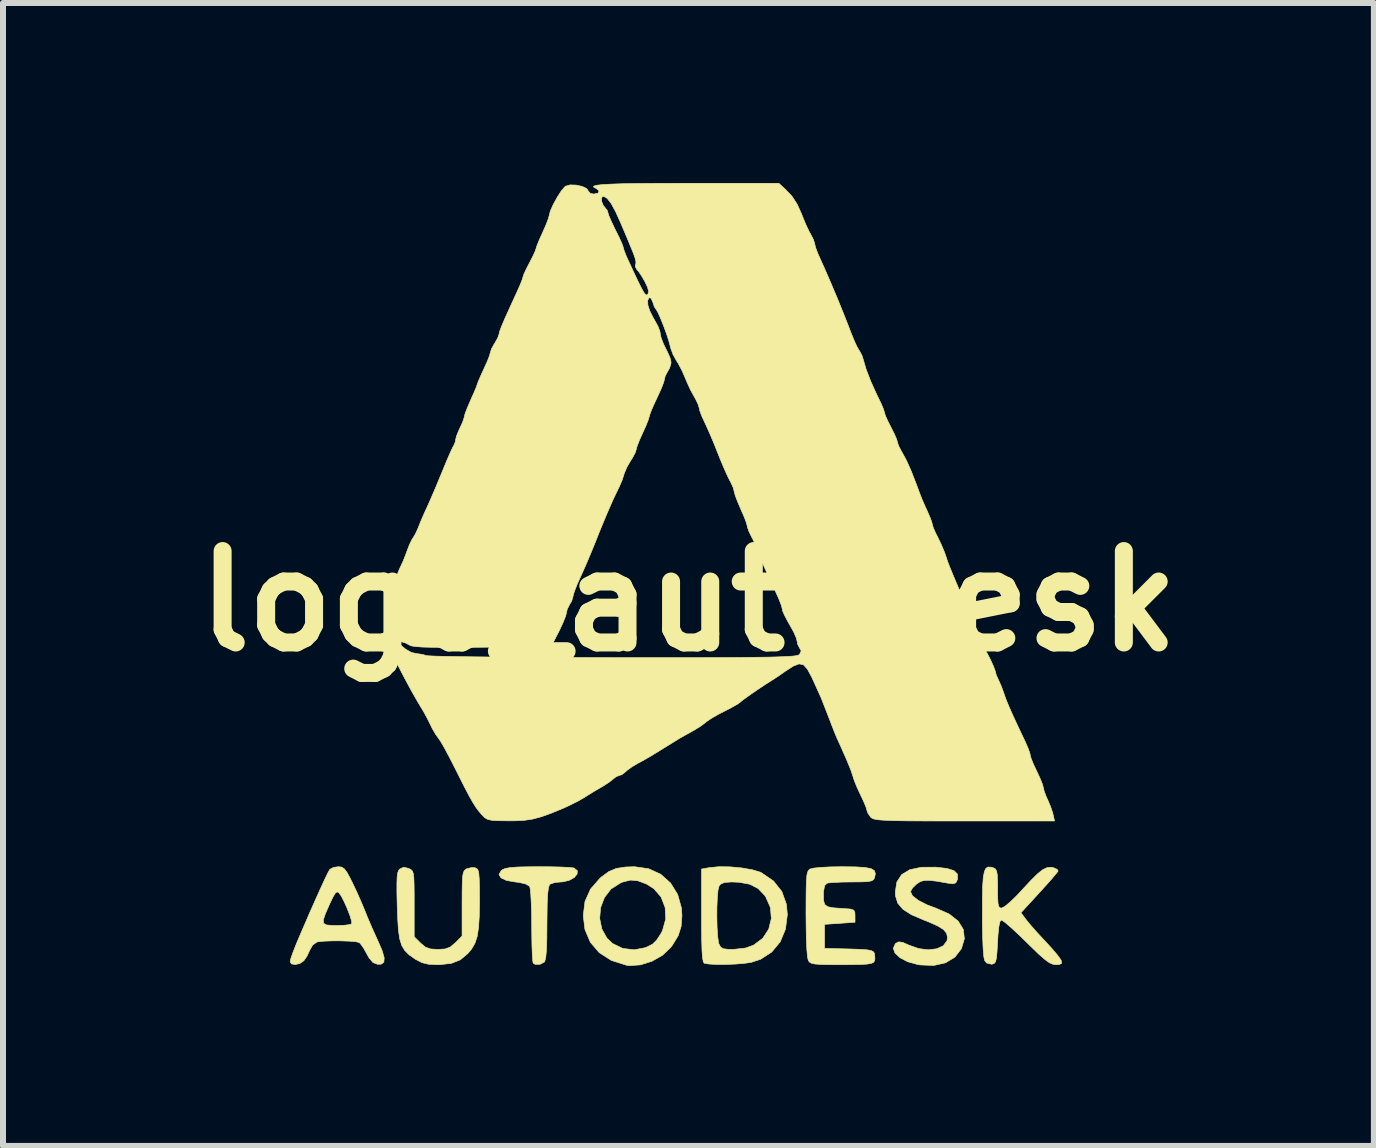
<source format=kicad_pcb>
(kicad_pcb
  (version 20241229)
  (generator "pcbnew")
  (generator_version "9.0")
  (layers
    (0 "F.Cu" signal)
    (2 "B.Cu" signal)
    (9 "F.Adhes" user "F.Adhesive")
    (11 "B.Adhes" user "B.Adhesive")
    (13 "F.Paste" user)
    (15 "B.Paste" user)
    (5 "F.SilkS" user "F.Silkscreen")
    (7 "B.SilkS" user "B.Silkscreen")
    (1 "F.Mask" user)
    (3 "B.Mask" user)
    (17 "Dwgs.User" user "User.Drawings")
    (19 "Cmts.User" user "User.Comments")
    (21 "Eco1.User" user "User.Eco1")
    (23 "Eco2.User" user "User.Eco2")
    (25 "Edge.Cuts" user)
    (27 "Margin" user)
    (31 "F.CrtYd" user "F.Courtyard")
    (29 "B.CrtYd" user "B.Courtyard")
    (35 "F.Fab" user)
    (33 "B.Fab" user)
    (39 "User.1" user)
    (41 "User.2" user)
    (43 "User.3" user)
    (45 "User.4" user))
  (footprint "logo_autodesk"
    (layer "F.Cu")
    (at 8.426 6.97)
    (property "Reference" "logo_autodesk" (at 0 0 0) (layer "F.SilkS") (effects (font (size 1.524 1.524) (thickness 0.3))))
    (attr through_hole)
    (fp_poly (pts (xy -2.306 4.428) (xy -2.136 4.432) (xy -2.003 4.438) (xy -1.922 4.446) (xy -1.908 4.449) (xy -1.853 4.493) (xy -1.856 4.549) (xy -1.904 4.607) (xy -1.988 4.654) (xy -2.095 4.679) (xy -2.127 4.681) (xy -2.231 4.691) (xy -2.305 4.717) (xy -2.315 4.724) (xy -2.333 4.773) (xy -2.347 4.879) (xy -2.355 5.047) (xy -2.358 5.282) (xy -2.359 5.37) (xy -2.361 5.627) (xy -2.367 5.816) (xy -2.379 5.941) (xy -2.396 6.007) (xy -2.402 6.016) (xy -2.475 6.054) (xy -2.556 6.054) (xy -2.588 6.036) (xy -2.596 5.993) (xy -2.603 5.89) (xy -2.609 5.74) (xy -2.612 5.555) (xy -2.613 5.41) (xy -2.615 5.205) (xy -2.621 5.023) (xy -2.629 4.878) (xy -2.64 4.783) (xy -2.648 4.754) (xy -2.707 4.717) (xy -2.822 4.689) (xy -2.888 4.681) (xy -3.034 4.656) (xy -3.126 4.612) (xy -3.158 4.557) (xy -3.124 4.495) (xy -3.105 4.479) (xy -3.056 4.457) (xy -2.974 4.442) (xy -2.846 4.432) (xy -2.664 4.428) (xy -2.5 4.427) (xy -2.306 4.428)) (stroke (width 0.01) (type solid)) (fill yes) (layer "F.SilkS"))
    (fp_poly (pts (xy -0.666 4.46) (xy -0.462 4.553) (xy -0.298 4.7) (xy -0.18 4.89) (xy -0.117 5.117) (xy -0.109 5.245) (xy -0.123 5.424) (xy -0.171 5.576) (xy -0.266 5.732) (xy -0.299 5.776) (xy -0.433 5.903) (xy -0.608 6.002) (xy -0.8 6.063) (xy -0.984 6.076) (xy -1.034 6.069) (xy -1.286 5.989) (xy -1.488 5.859) (xy -1.636 5.686) (xy -1.726 5.473) (xy -1.748 5.289) (xy -1.48 5.289) (xy -1.445 5.464) (xy -1.358 5.62) (xy -1.266 5.707) (xy -1.096 5.789) (xy -0.905 5.812) (xy -0.715 5.776) (xy -0.599 5.718) (xy -0.531 5.651) (xy -0.461 5.546) (xy -0.433 5.492) (xy -0.379 5.298) (xy -0.389 5.107) (xy -0.456 4.933) (xy -0.578 4.792) (xy -0.699 4.716) (xy -0.845 4.661) (xy -0.966 4.65) (xy -1.093 4.681) (xy -1.136 4.699) (xy -1.291 4.798) (xy -1.401 4.941) (xy -1.465 5.109) (xy -1.48 5.289) (xy -1.748 5.289) (xy -1.754 5.243) (xy -1.725 5.006) (xy -1.633 4.801) (xy -1.475 4.619) (xy -1.451 4.598) (xy -1.33 4.509) (xy -1.204 4.456) (xy -1.05 4.432) (xy -0.901 4.427) (xy -0.666 4.46)) (stroke (width 0.01) (type solid)) (fill yes) (layer "F.SilkS"))
    (fp_poly (pts (xy 0.691 4.429) (xy 0.886 4.447) (xy 1.063 4.478) (xy 1.197 4.518) (xy 1.217 4.528) (xy 1.417 4.665) (xy 1.556 4.84) (xy 1.632 5.052) (xy 1.648 5.225) (xy 1.617 5.468) (xy 1.529 5.679) (xy 1.388 5.849) (xy 1.202 5.97) (xy 1.044 6.022) (xy 0.93 6.038) (xy 0.781 6.05) (xy 0.619 6.056) (xy 0.464 6.056) (xy 0.339 6.049) (xy 0.264 6.036) (xy 0.263 6.036) (xy 0.247 6.011) (xy 0.235 5.946) (xy 0.226 5.833) (xy 0.221 5.668) (xy 0.218 5.441) (xy 0.218 5.271) (xy 0.473 5.271) (xy 0.477 5.439) (xy 0.486 5.584) (xy 0.5 5.688) (xy 0.507 5.713) (xy 0.535 5.766) (xy 0.579 5.794) (xy 0.66 5.804) (xy 0.744 5.806) (xy 0.95 5.783) (xy 1.086 5.734) (xy 1.238 5.62) (xy 1.338 5.467) (xy 1.381 5.291) (xy 1.366 5.107) (xy 1.287 4.929) (xy 1.271 4.906) (xy 1.161 4.791) (xy 1.023 4.719) (xy 0.841 4.686) (xy 0.718 4.681) (xy 0.602 4.689) (xy 0.536 4.717) (xy 0.509 4.751) (xy 0.492 4.82) (xy 0.481 4.943) (xy 0.474 5.099) (xy 0.473 5.271) (xy 0.218 5.271) (xy 0.218 5.242) (xy 0.218 4.466) (xy 0.349 4.442) (xy 0.504 4.427) (xy 0.691 4.429)) (stroke (width 0.01) (type solid)) (fill yes) (layer "F.SilkS"))
    (fp_poly (pts (xy 4.309 4.456) (xy 4.426 4.493) (xy 4.483 4.55) (xy 4.485 4.63) (xy 4.481 4.645) (xy 4.455 4.697) (xy 4.405 4.712) (xy 4.323 4.701) (xy 4.142 4.669) (xy 4.015 4.654) (xy 3.927 4.656) (xy 3.862 4.676) (xy 3.804 4.714) (xy 3.801 4.716) (xy 3.734 4.782) (xy 3.702 4.839) (xy 3.701 4.844) (xy 3.735 4.913) (xy 3.832 4.989) (xy 3.982 5.065) (xy 4.129 5.12) (xy 4.344 5.215) (xy 4.495 5.333) (xy 4.581 5.472) (xy 4.599 5.628) (xy 4.549 5.794) (xy 4.441 5.934) (xy 4.284 6.029) (xy 4.088 6.073) (xy 3.861 6.064) (xy 3.816 6.056) (xy 3.652 6.01) (xy 3.525 5.944) (xy 3.443 5.867) (xy 3.414 5.787) (xy 3.447 5.713) (xy 3.461 5.701) (xy 3.508 5.679) (xy 3.577 5.691) (xy 3.671 5.733) (xy 3.837 5.792) (xy 3.997 5.812) (xy 4.138 5.795) (xy 4.247 5.745) (xy 4.309 5.662) (xy 4.318 5.606) (xy 4.303 5.537) (xy 4.252 5.475) (xy 4.154 5.414) (xy 3.999 5.345) (xy 3.919 5.314) (xy 3.714 5.226) (xy 3.573 5.135) (xy 3.488 5.034) (xy 3.451 4.914) (xy 3.447 4.852) (xy 3.473 4.684) (xy 3.553 4.559) (xy 3.689 4.477) (xy 3.882 4.436) (xy 4.126 4.435) (xy 4.309 4.456)) (stroke (width 0.01) (type solid)) (fill yes) (layer "F.SilkS"))
    (fp_poly (pts (xy -4.664 4.456) (xy -4.662 4.457) (xy -4.627 4.474) (xy -4.603 4.498) (xy -4.587 4.54) (xy -4.578 4.611) (xy -4.574 4.723) (xy -4.572 4.887) (xy -4.572 5.046) (xy -4.572 5.594) (xy -4.466 5.7) (xy -4.385 5.767) (xy -4.299 5.798) (xy -4.178 5.806) (xy -4.056 5.798) (xy -3.971 5.766) (xy -3.889 5.697) (xy -3.885 5.694) (xy -3.774 5.582) (xy -3.774 5.042) (xy -3.773 4.833) (xy -3.77 4.684) (xy -3.764 4.585) (xy -3.752 4.524) (xy -3.734 4.488) (xy -3.707 4.467) (xy -3.7 4.462) (xy -3.61 4.44) (xy -3.555 4.445) (xy -3.527 4.459) (xy -3.507 4.486) (xy -3.495 4.539) (xy -3.488 4.629) (xy -3.484 4.767) (xy -3.483 4.965) (xy -3.483 4.993) (xy -3.487 5.247) (xy -3.499 5.441) (xy -3.522 5.589) (xy -3.56 5.704) (xy -3.615 5.799) (xy -3.676 5.872) (xy -3.801 5.977) (xy -3.949 6.037) (xy -4.139 6.059) (xy -4.182 6.06) (xy -4.332 6.053) (xy -4.443 6.026) (xy -4.546 5.973) (xy -4.557 5.966) (xy -4.655 5.897) (xy -4.727 5.826) (xy -4.779 5.74) (xy -4.814 5.629) (xy -4.835 5.479) (xy -4.848 5.279) (xy -4.855 5.078) (xy -4.86 4.86) (xy -4.86 4.703) (xy -4.856 4.596) (xy -4.846 4.527) (xy -4.829 4.486) (xy -4.81 4.465) (xy -4.746 4.435) (xy -4.664 4.456)) (stroke (width 0.01) (type solid)) (fill yes) (layer "F.SilkS"))
    (fp_poly (pts (xy 2.789 4.43) (xy 2.945 4.44) (xy 3.046 4.46) (xy 3.1 4.494) (xy 3.115 4.544) (xy 3.103 4.607) (xy 3.086 4.641) (xy 3.053 4.662) (xy 2.99 4.675) (xy 2.881 4.68) (xy 2.722 4.681) (xy 2.563 4.683) (xy 2.427 4.689) (xy 2.334 4.697) (xy 2.307 4.703) (xy 2.269 4.743) (xy 2.252 4.836) (xy 2.25 4.902) (xy 2.253 4.997) (xy 2.272 5.058) (xy 2.321 5.094) (xy 2.413 5.112) (xy 2.562 5.123) (xy 2.594 5.125) (xy 2.702 5.133) (xy 2.755 5.151) (xy 2.774 5.192) (xy 2.776 5.243) (xy 2.776 5.352) (xy 2.268 5.388) (xy 2.268 5.788) (xy 2.674 5.798) (xy 2.853 5.804) (xy 2.973 5.812) (xy 3.045 5.825) (xy 3.084 5.845) (xy 3.101 5.874) (xy 3.101 5.874) (xy 3.108 5.962) (xy 3.099 6) (xy 3.082 6.024) (xy 3.042 6.04) (xy 2.97 6.051) (xy 2.853 6.057) (xy 2.682 6.059) (xy 2.556 6.06) (xy 2.35 6.059) (xy 2.205 6.056) (xy 2.109 6.049) (xy 2.05 6.036) (xy 2.017 6.017) (xy 1.997 5.99) (xy 1.984 5.929) (xy 1.973 5.805) (xy 1.965 5.628) (xy 1.961 5.408) (xy 1.959 5.211) (xy 1.96 4.966) (xy 1.962 4.785) (xy 1.966 4.656) (xy 1.974 4.569) (xy 1.986 4.516) (xy 2.003 4.485) (xy 2.026 4.466) (xy 2.03 4.464) (xy 2.091 4.45) (xy 2.209 4.438) (xy 2.367 4.43) (xy 2.549 4.427) (xy 2.569 4.427) (xy 2.789 4.43)) (stroke (width 0.01) (type solid)) (fill yes) (layer "F.SilkS"))
    (fp_poly (pts (xy -5.783 4.433) (xy -5.739 4.46) (xy -5.693 4.52) (xy -5.635 4.627) (xy -5.595 4.708) (xy -5.521 4.865) (xy -5.451 5.024) (xy -5.397 5.154) (xy -5.39 5.171) (xy -5.342 5.29) (xy -5.275 5.446) (xy -5.201 5.61) (xy -5.183 5.649) (xy -5.107 5.824) (xy -5.072 5.946) (xy -5.078 6.02) (xy -5.123 6.052) (xy -5.184 6.053) (xy -5.258 6.024) (xy -5.323 5.949) (xy -5.361 5.881) (xy -5.417 5.781) (xy -5.469 5.709) (xy -5.488 5.691) (xy -5.545 5.677) (xy -5.654 5.668) (xy -5.793 5.663) (xy -5.94 5.663) (xy -6.073 5.668) (xy -6.173 5.678) (xy -6.194 5.683) (xy -6.264 5.733) (xy -6.312 5.816) (xy -6.359 5.918) (xy -6.411 5.994) (xy -6.479 6.041) (xy -6.557 6.058) (xy -6.619 6.046) (xy -6.64 6.009) (xy -6.627 5.953) (xy -6.591 5.851) (xy -6.54 5.722) (xy -6.528 5.692) (xy -6.423 5.447) (xy -6.365 5.314) (xy -6.087 5.314) (xy -6.081 5.371) (xy -6.033 5.398) (xy -5.939 5.406) (xy -5.862 5.407) (xy -5.739 5.403) (xy -5.649 5.392) (xy -5.612 5.379) (xy -5.615 5.332) (xy -5.643 5.241) (xy -5.687 5.127) (xy -5.738 5.012) (xy -5.787 4.917) (xy -5.824 4.865) (xy -5.854 4.846) (xy -5.884 4.863) (xy -5.923 4.927) (xy -5.98 5.046) (xy -5.986 5.059) (xy -6.053 5.213) (xy -6.087 5.314) (xy -6.365 5.314) (xy -6.321 5.21) (xy -6.223 4.99) (xy -6.136 4.796) (xy -6.064 4.639) (xy -6.01 4.528) (xy -5.98 4.474) (xy -5.979 4.472) (xy -5.918 4.439) (xy -5.837 4.427) (xy -5.783 4.433)) (stroke (width 0.01) (type solid)) (fill yes) (layer "F.SilkS"))
    (fp_poly (pts (xy 5.045 4.435) (xy 5.078 4.444) (xy 5.114 4.462) (xy 5.136 4.497) (xy 5.148 4.566) (xy 5.152 4.681) (xy 5.153 4.792) (xy 5.154 4.947) (xy 5.16 5.043) (xy 5.174 5.094) (xy 5.198 5.114) (xy 5.22 5.116) (xy 5.272 5.09) (xy 5.359 5.018) (xy 5.469 4.912) (xy 5.552 4.823) (xy 5.703 4.66) (xy 5.817 4.547) (xy 5.906 4.476) (xy 5.979 4.442) (xy 6.044 4.436) (xy 6.08 4.442) (xy 6.145 4.47) (xy 6.162 4.499) (xy 6.134 4.536) (xy 6.067 4.616) (xy 5.97 4.726) (xy 5.853 4.855) (xy 5.846 4.863) (xy 5.542 5.194) (xy 5.626 5.307) (xy 5.689 5.385) (xy 5.785 5.495) (xy 5.899 5.619) (xy 5.948 5.671) (xy 6.055 5.788) (xy 6.144 5.892) (xy 6.2 5.968) (xy 6.213 5.991) (xy 6.22 6.039) (xy 6.181 6.057) (xy 6.125 6.06) (xy 6.072 6.052) (xy 6.012 6.025) (xy 5.937 5.97) (xy 5.835 5.881) (xy 5.698 5.748) (xy 5.637 5.688) (xy 5.501 5.556) (xy 5.38 5.444) (xy 5.286 5.363) (xy 5.227 5.32) (xy 5.217 5.316) (xy 5.192 5.342) (xy 5.174 5.423) (xy 5.159 5.566) (xy 5.153 5.679) (xy 5.143 5.844) (xy 5.133 5.951) (xy 5.118 6.012) (xy 5.094 6.041) (xy 5.059 6.052) (xy 5.055 6.053) (xy 4.972 6.033) (xy 4.937 5.992) (xy 4.923 5.928) (xy 4.912 5.8) (xy 4.904 5.615) (xy 4.899 5.381) (xy 4.899 5.214) (xy 4.9 4.949) (xy 4.904 4.748) (xy 4.914 4.604) (xy 4.932 4.509) (xy 4.958 4.454) (xy 4.995 4.432) (xy 5.045 4.435)) (stroke (width 0.01) (type solid)) (fill yes) (layer "F.SilkS"))
    (fp_poly (pts (xy 1.506 -6.965) (xy 1.615 -6.865) (xy 1.726 -6.748) (xy 1.812 -6.616) (xy 1.889 -6.444) (xy 1.904 -6.404) (xy 1.957 -6.276) (xy 2.014 -6.156) (xy 2.038 -6.114) (xy 2.083 -6.026) (xy 2.104 -5.959) (xy 2.104 -5.955) (xy 2.119 -5.893) (xy 2.156 -5.796) (xy 2.174 -5.755) (xy 2.268 -5.546) (xy 2.376 -5.297) (xy 2.486 -5.036) (xy 2.585 -4.792) (xy 2.636 -4.663) (xy 2.71 -4.471) (xy 2.765 -4.336) (xy 2.806 -4.247) (xy 2.838 -4.19) (xy 2.85 -4.173) (xy 2.892 -4.095) (xy 2.913 -4.028) (xy 2.961 -3.865) (xy 3.038 -3.665) (xy 3.134 -3.452) (xy 3.159 -3.401) (xy 3.215 -3.285) (xy 3.253 -3.193) (xy 3.266 -3.147) (xy 3.282 -3.093) (xy 3.324 -2.999) (xy 3.373 -2.903) (xy 3.43 -2.79) (xy 3.47 -2.698) (xy 3.482 -2.653) (xy 3.501 -2.593) (xy 3.547 -2.502) (xy 3.565 -2.472) (xy 3.635 -2.343) (xy 3.715 -2.163) (xy 3.808 -1.923) (xy 3.848 -1.814) (xy 3.89 -1.705) (xy 3.948 -1.572) (xy 3.979 -1.505) (xy 4.026 -1.397) (xy 4.057 -1.312) (xy 4.064 -1.28) (xy 4.08 -1.226) (xy 4.121 -1.133) (xy 4.152 -1.072) (xy 4.214 -0.943) (xy 4.268 -0.814) (xy 4.283 -0.771) (xy 4.305 -0.705) (xy 4.327 -0.641) (xy 4.356 -0.566) (xy 4.397 -0.466) (xy 4.456 -0.325) (xy 4.531 -0.15) (xy 4.585 -0.015) (xy 4.625 0.101) (xy 4.644 0.175) (xy 4.645 0.184) (xy 4.662 0.252) (xy 4.681 0.272) (xy 4.719 0.32) (xy 4.768 0.41) (xy 4.817 0.517) (xy 4.852 0.614) (xy 4.862 0.667) (xy 4.884 0.73) (xy 4.899 0.744) (xy 4.932 0.787) (xy 4.981 0.873) (xy 5.036 0.98) (xy 5.083 1.084) (xy 5.112 1.161) (xy 5.117 1.183) (xy 5.132 1.236) (xy 5.167 1.312) (xy 5.212 1.413) (xy 5.257 1.533) (xy 5.261 1.548) (xy 5.29 1.63) (xy 5.333 1.736) (xy 5.394 1.875) (xy 5.478 2.057) (xy 5.589 2.292) (xy 5.612 2.34) (xy 5.66 2.45) (xy 5.691 2.536) (xy 5.697 2.569) (xy 5.712 2.624) (xy 5.752 2.722) (xy 5.806 2.836) (xy 5.861 2.955) (xy 5.901 3.054) (xy 5.915 3.108) (xy 5.93 3.171) (xy 5.967 3.268) (xy 5.985 3.305) (xy 6.035 3.423) (xy 6.073 3.535) (xy 6.078 3.558) (xy 6.102 3.665) (xy 4.599 3.665) (xy 4.228 3.665) (xy 3.923 3.664) (xy 3.677 3.663) (xy 3.483 3.66) (xy 3.335 3.656) (xy 3.226 3.65) (xy 3.149 3.643) (xy 3.097 3.633) (xy 3.064 3.621) (xy 3.043 3.606) (xy 3.035 3.599) (xy 2.989 3.531) (xy 2.975 3.489) (xy 2.96 3.435) (xy 2.92 3.34) (xy 2.872 3.237) (xy 2.812 3.11) (xy 2.765 2.994) (xy 2.744 2.929) (xy 2.707 2.817) (xy 2.635 2.641) (xy 2.529 2.402) (xy 2.484 2.304) (xy 2.438 2.196) (xy 2.389 2.07) (xy 2.382 2.05) (xy 2.212 1.614) (xy 2.056 1.27) (xy 1.983 1.135) (xy 1.917 1.061) (xy 1.843 1.046) (xy 1.744 1.085) (xy 1.614 1.169) (xy 1.509 1.242) (xy 1.421 1.301) (xy 1.384 1.324) (xy 1.283 1.388) (xy 1.166 1.466) (xy 1.049 1.546) (xy 0.949 1.617) (xy 0.883 1.666) (xy 0.867 1.681) (xy 0.825 1.713) (xy 0.739 1.762) (xy 0.668 1.8) (xy 0.502 1.885) (xy 0.386 1.951) (xy 0.303 2.007) (xy 0.263 2.04) (xy 0.193 2.091) (xy 0.09 2.154) (xy 0.04 2.182) (xy -0.065 2.24) (xy -0.152 2.289) (xy -0.177 2.305) (xy -0.243 2.346) (xy -0.34 2.406) (xy -0.382 2.432) (xy -0.487 2.497) (xy -0.577 2.552) (xy -0.6 2.567) (xy -0.674 2.61) (xy -0.78 2.67) (xy -0.837 2.7) (xy -0.942 2.762) (xy -1.025 2.822) (xy -1.05 2.846) (xy -1.111 2.893) (xy -1.145 2.903) (xy -1.207 2.927) (xy -1.25 2.961) (xy -1.318 3.015) (xy -1.417 3.08) (xy -1.446 3.097) (xy -1.57 3.169) (xy -1.7 3.25) (xy -1.726 3.267) (xy -1.844 3.335) (xy -1.988 3.407) (xy -2.068 3.444) (xy -2.282 3.533) (xy -2.452 3.594) (xy -2.597 3.633) (xy -2.738 3.654) (xy -2.896 3.662) (xy -3.014 3.662) (xy -3.174 3.66) (xy -3.28 3.653) (xy -3.348 3.638) (xy -3.398 3.608) (xy -3.446 3.559) (xy -3.459 3.544) (xy -3.504 3.491) (xy -3.548 3.43) (xy -3.596 3.353) (xy -3.655 3.249) (xy -3.729 3.108) (xy -3.824 2.92) (xy -3.924 2.721) (xy -4.004 2.566) (xy -4.077 2.431) (xy -4.135 2.332) (xy -4.167 2.287) (xy -4.213 2.223) (xy -4.271 2.123) (xy -4.297 2.069) (xy -4.356 1.951) (xy -4.413 1.846) (xy -4.432 1.814) (xy -4.514 1.678) (xy -4.617 1.497) (xy -4.73 1.288) (xy -4.842 1.072) (xy -4.905 0.948) (xy -4.977 0.798) (xy -5.017 0.697) (xy -5.029 0.63) (xy -5.02 0.594) (xy -4.923 0.594) (xy -4.919 0.634) (xy -4.873 0.678) (xy -4.783 0.745) (xy -4.714 0.801) (xy -4.621 0.855) (xy -4.539 0.873) (xy -4.436 0.888) (xy -4.372 0.907) (xy -4.326 0.912) (xy -4.212 0.917) (xy -4.037 0.921) (xy -3.805 0.925) (xy -3.523 0.929) (xy -3.195 0.932) (xy -2.828 0.935) (xy -2.426 0.937) (xy -1.996 0.939) (xy -1.542 0.94) (xy -1.247 0.941) (xy -0.701 0.941) (xy -0.223 0.941) (xy 0.192 0.941) (xy 0.548 0.94) (xy 0.849 0.939) (xy 1.1 0.936) (xy 1.306 0.934) (xy 1.47 0.93) (xy 1.599 0.925) (xy 1.695 0.92) (xy 1.764 0.914) (xy 1.81 0.906) (xy 1.838 0.897) (xy 1.852 0.887) (xy 1.879 0.829) (xy 1.856 0.789) (xy 1.819 0.718) (xy 1.814 0.683) (xy 1.797 0.613) (xy 1.754 0.515) (xy 1.736 0.482) (xy 1.651 0.331) (xy 1.598 0.23) (xy 1.57 0.165) (xy 1.561 0.123) (xy 1.561 0.119) (xy 1.546 0.065) (xy 1.508 -0.033) (xy 1.454 -0.153) (xy 1.454 -0.154) (xy 1.328 -0.427) (xy 1.232 -0.638) (xy 1.167 -0.788) (xy 1.132 -0.878) (xy 1.125 -0.908) (xy 1.108 -0.958) (xy 1.067 -1.043) (xy 1.052 -1.07) (xy 1.006 -1.165) (xy 0.981 -1.238) (xy 0.98 -1.25) (xy 0.965 -1.307) (xy 0.927 -1.408) (xy 0.873 -1.531) (xy 0.871 -1.536) (xy 0.817 -1.661) (xy 0.778 -1.765) (xy 0.762 -1.826) (xy 0.762 -1.827) (xy 0.745 -1.894) (xy 0.702 -1.986) (xy 0.692 -2.003) (xy 0.649 -2.089) (xy 0.59 -2.221) (xy 0.524 -2.378) (xy 0.489 -2.466) (xy 0.422 -2.635) (xy 0.352 -2.8) (xy 0.291 -2.935) (xy 0.269 -2.982) (xy 0.219 -3.09) (xy 0.187 -3.179) (xy 0.181 -3.211) (xy 0.163 -3.275) (xy 0.118 -3.369) (xy 0.098 -3.403) (xy 0.032 -3.524) (xy -0.032 -3.665) (xy -0.05 -3.709) (xy -0.107 -3.841) (xy -0.174 -3.967) (xy -0.197 -4.002) (xy -0.257 -4.11) (xy -0.296 -4.216) (xy -0.299 -4.231) (xy -0.323 -4.321) (xy -0.362 -4.444) (xy -0.411 -4.578) (xy -0.461 -4.704) (xy -0.505 -4.804) (xy -0.536 -4.858) (xy -0.539 -4.861) (xy -0.569 -4.907) (xy -0.594 -4.982) (xy -0.625 -5.05) (xy -0.659 -5.057) (xy -0.68 -5.011) (xy -0.676 -4.932) (xy -0.644 -4.836) (xy -0.587 -4.722) (xy -0.564 -4.683) (xy -0.508 -4.581) (xy -0.475 -4.493) (xy -0.472 -4.467) (xy -0.456 -4.388) (xy -0.417 -4.288) (xy -0.411 -4.276) (xy -0.349 -4.149) (xy -0.313 -4.07) (xy -0.296 -4.019) (xy -0.291 -3.978) (xy -0.291 -3.965) (xy -0.314 -3.886) (xy -0.346 -3.83) (xy -0.388 -3.752) (xy -0.399 -3.703) (xy -0.414 -3.645) (xy -0.454 -3.542) (xy -0.512 -3.415) (xy -0.526 -3.385) (xy -0.586 -3.256) (xy -0.63 -3.151) (xy -0.652 -3.087) (xy -0.653 -3.08) (xy -0.668 -3.027) (xy -0.706 -2.93) (xy -0.76 -2.81) (xy -0.762 -2.806) (xy -0.817 -2.684) (xy -0.856 -2.584) (xy -0.871 -2.527) (xy -0.871 -2.527) (xy -0.89 -2.468) (xy -0.938 -2.38) (xy -0.961 -2.345) (xy -1.024 -2.237) (xy -1.068 -2.135) (xy -1.075 -2.113) (xy -1.107 -2.013) (xy -1.157 -1.899) (xy -1.163 -1.887) (xy -1.258 -1.689) (xy -1.369 -1.434) (xy -1.493 -1.134) (xy -1.544 -1.004) (xy -1.619 -0.82) (xy -1.702 -0.623) (xy -1.779 -0.449) (xy -1.799 -0.406) (xy -1.858 -0.274) (xy -1.902 -0.161) (xy -1.923 -0.089) (xy -1.924 -0.08) (xy -1.946 -0.003) (xy -1.979 0.052) (xy -2.021 0.135) (xy -2.032 0.188) (xy -2.048 0.251) (xy -2.09 0.356) (xy -2.149 0.484) (xy -2.16 0.506) (xy -2.289 0.757) (xy -3.439 0.769) (xy -3.78 0.771) (xy -4.055 0.772) (xy -4.269 0.77) (xy -4.429 0.766) (xy -4.541 0.758) (xy -4.612 0.748) (xy -4.647 0.735) (xy -4.647 0.735) (xy -4.718 0.697) (xy -4.752 0.689) (xy -4.81 0.663) (xy -4.846 0.626) (xy -4.894 0.588) (xy -4.923 0.594) (xy -5.02 0.594) (xy -5.018 0.585) (xy -5.014 0.578) (xy -4.993 0.512) (xy -5.008 0.489) (xy -5.034 0.436) (xy -5.041 0.331) (xy -5.033 0.195) (xy -5.012 0.044) (xy -4.981 -0.101) (xy -4.942 -0.223) (xy -4.899 -0.302) (xy -4.895 -0.307) (xy -4.865 -0.372) (xy -4.862 -0.397) (xy -4.846 -0.467) (xy -4.807 -0.559) (xy -4.805 -0.562) (xy -4.756 -0.667) (xy -4.706 -0.795) (xy -4.692 -0.835) (xy -4.65 -0.945) (xy -4.607 -1.031) (xy -4.592 -1.052) (xy -4.55 -1.123) (xy -4.505 -1.222) (xy -4.501 -1.234) (xy -4.46 -1.336) (xy -4.402 -1.47) (xy -4.352 -1.578) (xy -4.295 -1.706) (xy -4.222 -1.876) (xy -4.145 -2.061) (xy -4.097 -2.177) (xy -4.033 -2.333) (xy -3.976 -2.464) (xy -3.934 -2.556) (xy -3.913 -2.593) (xy -3.885 -2.658) (xy -3.883 -2.685) (xy -3.867 -2.751) (xy -3.827 -2.849) (xy -3.81 -2.885) (xy -3.765 -2.982) (xy -3.74 -3.057) (xy -3.737 -3.073) (xy -3.723 -3.127) (xy -3.685 -3.226) (xy -3.632 -3.348) (xy -3.629 -3.356) (xy -3.575 -3.476) (xy -3.536 -3.569) (xy -3.52 -3.616) (xy -3.52 -3.617) (xy -3.505 -3.659) (xy -3.467 -3.747) (xy -3.414 -3.864) (xy -3.411 -3.87) (xy -3.356 -3.991) (xy -3.317 -4.09) (xy -3.302 -4.145) (xy -3.302 -4.146) (xy -3.283 -4.205) (xy -3.237 -4.289) (xy -3.229 -4.3) (xy -3.181 -4.384) (xy -3.158 -4.448) (xy -3.157 -4.453) (xy -3.148 -4.495) (xy -3.117 -4.577) (xy -3.064 -4.703) (xy -2.984 -4.88) (xy -2.876 -5.116) (xy -2.863 -5.144) (xy -2.81 -5.262) (xy -2.772 -5.357) (xy -2.758 -5.406) (xy -2.758 -5.406) (xy -2.742 -5.454) (xy -2.699 -5.545) (xy -2.649 -5.642) (xy -2.592 -5.753) (xy -2.553 -5.839) (xy -2.54 -5.879) (xy -2.525 -5.928) (xy -2.487 -6.021) (xy -2.433 -6.14) (xy -2.431 -6.145) (xy -2.377 -6.267) (xy -2.338 -6.368) (xy -2.322 -6.425) (xy -2.322 -6.426) (xy -2.303 -6.501) (xy -2.254 -6.612) (xy -2.193 -6.722) (xy -1.45 -6.722) (xy -1.447 -6.662) (xy -1.421 -6.596) (xy -1.397 -6.568) (xy -1.351 -6.508) (xy -1.343 -6.477) (xy -1.327 -6.425) (xy -1.285 -6.328) (xy -1.227 -6.206) (xy -1.216 -6.184) (xy -1.155 -6.061) (xy -1.11 -5.962) (xy -1.089 -5.905) (xy -1.089 -5.901) (xy -1.074 -5.848) (xy -1.039 -5.758) (xy -1.021 -5.717) (xy -0.918 -5.495) (xy -0.841 -5.332) (xy -0.784 -5.218) (xy -0.745 -5.148) (xy -0.717 -5.111) (xy -0.697 -5.102) (xy -0.679 -5.112) (xy -0.678 -5.113) (xy -0.663 -5.158) (xy -0.684 -5.236) (xy -0.727 -5.326) (xy -0.786 -5.428) (xy -0.838 -5.503) (xy -0.86 -5.525) (xy -0.888 -5.579) (xy -0.883 -5.609) (xy -0.876 -5.633) (xy -0.877 -5.664) (xy -0.888 -5.711) (xy -0.913 -5.784) (xy -0.957 -5.893) (xy -1.021 -6.048) (xy -1.11 -6.258) (xy -1.126 -6.296) (xy -1.216 -6.495) (xy -1.291 -6.632) (xy -1.355 -6.713) (xy -1.412 -6.747) (xy -1.424 -6.748) (xy -1.45 -6.722) (xy -2.193 -6.722) (xy -2.188 -6.732) (xy -2.119 -6.839) (xy -2.06 -6.908) (xy -2.051 -6.915) (xy -1.974 -6.938) (xy -1.873 -6.935) (xy -1.772 -6.913) (xy -1.696 -6.877) (xy -1.669 -6.835) (xy -1.638 -6.797) (xy -1.578 -6.785) (xy -1.506 -6.802) (xy -1.491 -6.84) (xy -1.539 -6.88) (xy -1.545 -6.882) (xy -1.582 -6.902) (xy -1.578 -6.918) (xy -1.531 -6.932) (xy -1.436 -6.943) (xy -1.289 -6.951) (xy -1.087 -6.958) (xy -0.825 -6.962) (xy -0.499 -6.964) (xy -0.105 -6.965) (xy 0 -6.965) (xy 1.506 -6.965)) (stroke (width 0.01) (type solid)) (fill yes) (layer "F.SilkS")))
  (gr_rect
    (start -3 -3)
    (end 19.851 16.051)
    (stroke (width 0.1) (type default))
    (fill no)
    (layer "Edge.Cuts")))
</source>
